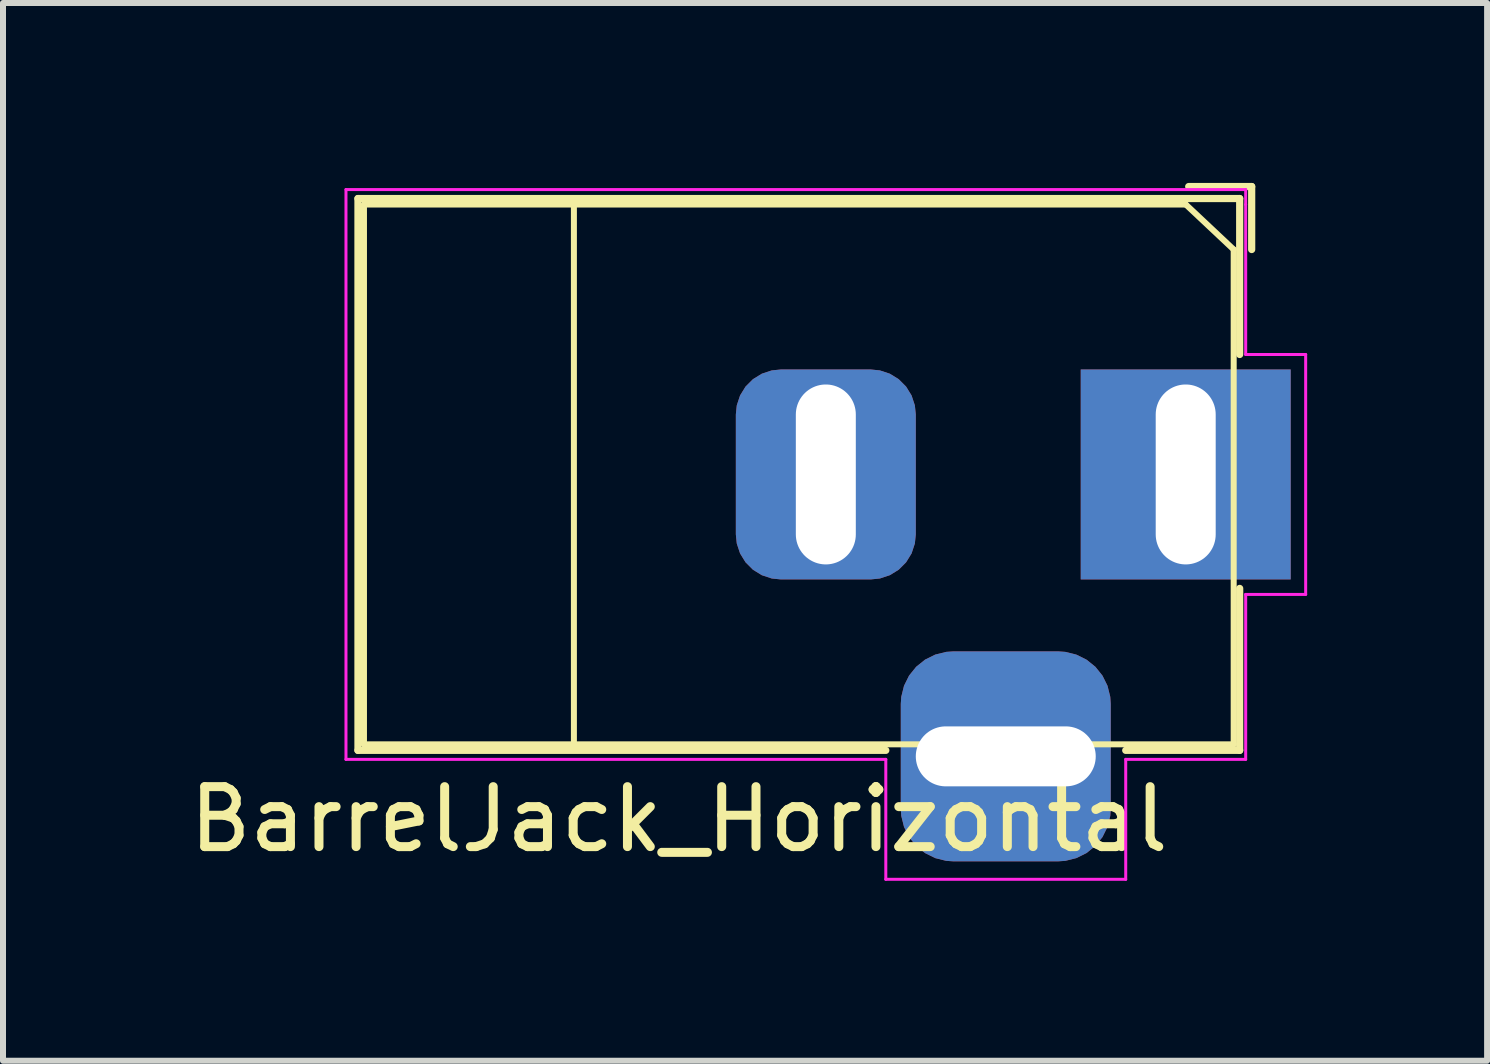
<source format=kicad_pcb>
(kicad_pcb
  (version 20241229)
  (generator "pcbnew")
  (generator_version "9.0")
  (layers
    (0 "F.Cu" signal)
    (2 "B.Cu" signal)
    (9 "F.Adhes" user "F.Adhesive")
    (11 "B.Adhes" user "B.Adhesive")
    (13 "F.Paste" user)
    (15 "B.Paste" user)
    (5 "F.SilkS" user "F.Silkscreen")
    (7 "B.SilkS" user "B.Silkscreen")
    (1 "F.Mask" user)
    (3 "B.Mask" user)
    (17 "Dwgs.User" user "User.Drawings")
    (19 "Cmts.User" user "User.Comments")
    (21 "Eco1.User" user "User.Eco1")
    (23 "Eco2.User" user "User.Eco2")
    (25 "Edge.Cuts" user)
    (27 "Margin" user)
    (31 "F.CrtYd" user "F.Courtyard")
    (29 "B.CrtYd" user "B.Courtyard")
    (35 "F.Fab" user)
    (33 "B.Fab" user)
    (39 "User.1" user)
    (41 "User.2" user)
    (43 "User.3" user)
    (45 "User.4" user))
  (footprint "BarrelJack_Horizontal"
    (layer "F.Cu")
    (at 16.718 4.86)
    (property "Reference" "BarrelJack_Horizontal" (at -8.45 5.75 0) (layer "F.SilkS") (effects (font (size 1 1) (thickness 0.15))))
    (attr through_hole)
    (fp_line (start -13.8 -4.6) (end 0.9 -4.6) (stroke (width 0.12) (type solid)) (layer "F.SilkS"))
    (fp_line (start -13.8 4.6) (end -13.8 -4.6) (stroke (width 0.12) (type solid)) (layer "F.SilkS"))
    (fp_line (start -13.7 -4.5) (end -13.7 4.5) (stroke (width 0.1) (type solid)) (layer "F.SilkS"))
    (fp_line (start -13.7 4.5) (end 0.8 4.5) (stroke (width 0.1) (type solid)) (layer "F.SilkS"))
    (fp_line (start -10.2 -4.5) (end -10.2 4.5) (stroke (width 0.1) (type solid)) (layer "F.SilkS"))
    (fp_line (start -5 4.6) (end -13.8 4.6) (stroke (width 0.12) (type solid)) (layer "F.SilkS"))
    (fp_line (start -0.003 -4.505) (end 0.8 -3.75) (stroke (width 0.1) (type solid)) (layer "F.SilkS"))
    (fp_line (start 0 -4.5) (end -13.7 -4.5) (stroke (width 0.1) (type solid)) (layer "F.SilkS"))
    (fp_line (start 0.05 -4.8) (end 1.1 -4.8) (stroke (width 0.12) (type solid)) (layer "F.SilkS"))
    (fp_line (start 0.8 4.5) (end 0.8 -3.75) (stroke (width 0.1) (type solid)) (layer "F.SilkS"))
    (fp_line (start 0.9 -4.6) (end 0.9 -2) (stroke (width 0.12) (type solid)) (layer "F.SilkS"))
    (fp_line (start 0.9 1.9) (end 0.9 4.6) (stroke (width 0.12) (type solid)) (layer "F.SilkS"))
    (fp_line (start 0.9 4.6) (end -1 4.6) (stroke (width 0.12) (type solid)) (layer "F.SilkS"))
    (fp_line (start 1.1 -3.75) (end 1.1 -4.8) (stroke (width 0.12) (type solid)) (layer "F.SilkS"))
    (fp_line (start -14 4.75) (end -14 -4.75) (stroke (width 0.05) (type solid)) (layer "F.CrtYd"))
    (fp_line (start -5 4.75) (end -14 4.75) (stroke (width 0.05) (type solid)) (layer "F.CrtYd"))
    (fp_line (start -5 6.75) (end -5 4.75) (stroke (width 0.05) (type solid)) (layer "F.CrtYd"))
    (fp_line (start -1 4.75) (end -1 6.75) (stroke (width 0.05) (type solid)) (layer "F.CrtYd"))
    (fp_line (start -1 6.75) (end -5 6.75) (stroke (width 0.05) (type solid)) (layer "F.CrtYd"))
    (fp_line (start 1 -4.75) (end -14 -4.75) (stroke (width 0.05) (type solid)) (layer "F.CrtYd"))
    (fp_line (start 1 -4.5) (end 1 -4.75) (stroke (width 0.05) (type solid)) (layer "F.CrtYd"))
    (fp_line (start 1 -4.5) (end 1 -2) (stroke (width 0.05) (type solid)) (layer "F.CrtYd"))
    (fp_line (start 1 -2) (end 2 -2) (stroke (width 0.05) (type solid)) (layer "F.CrtYd"))
    (fp_line (start 1 2) (end 1 4.75) (stroke (width 0.05) (type solid)) (layer "F.CrtYd"))
    (fp_line (start 1 4.75) (end -1 4.75) (stroke (width 0.05) (type solid)) (layer "F.CrtYd"))
    (fp_line (start 2 -2) (end 2 2) (stroke (width 0.05) (type solid)) (layer "F.CrtYd"))
    (fp_line (start 2 2) (end 1 2) (stroke (width 0.05) (type solid)) (layer "F.CrtYd"))
    (pad "1" thru_hole rect (at 0 0) (size 3.5 3.5) (drill oval 1 3) (layers "*.Cu" "*.Mask"))
    (pad "2" thru_hole roundrect (at -6 0) (size 3 3.5) (drill oval 1 3) (layers "*.Cu" "*.Mask") (roundrect_rratio 0.25))
    (pad "3" thru_hole roundrect (at -3 4.7) (size 3.5 3.5) (drill oval 3 1) (layers "*.Cu" "*.Mask") (roundrect_rratio 0.25)))
  (gr_rect
    (start -3 -3)
    (end 21.743 14.635)
    (stroke (width 0.1) (type default))
    (fill no)
    (layer "Edge.Cuts")))
</source>
